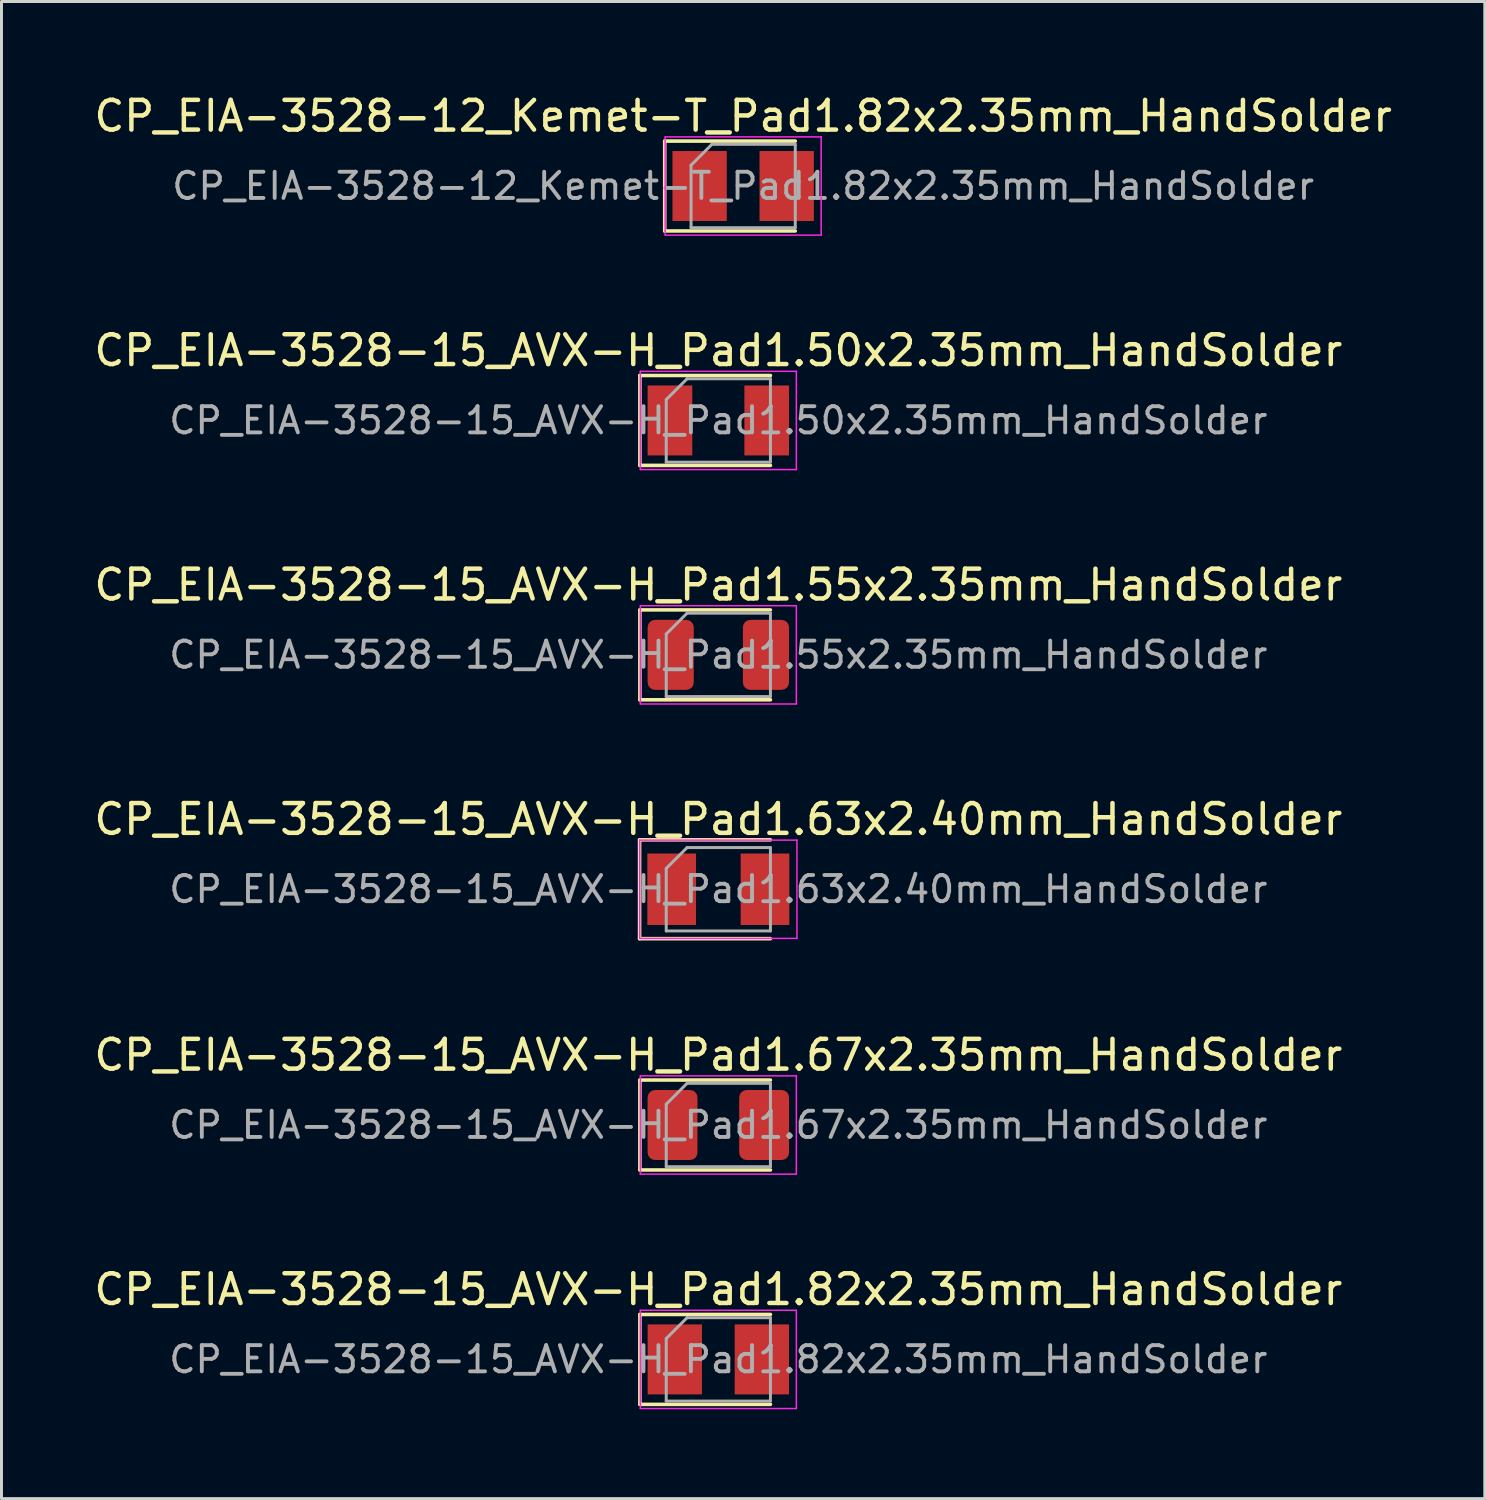
<source format=kicad_pcb>
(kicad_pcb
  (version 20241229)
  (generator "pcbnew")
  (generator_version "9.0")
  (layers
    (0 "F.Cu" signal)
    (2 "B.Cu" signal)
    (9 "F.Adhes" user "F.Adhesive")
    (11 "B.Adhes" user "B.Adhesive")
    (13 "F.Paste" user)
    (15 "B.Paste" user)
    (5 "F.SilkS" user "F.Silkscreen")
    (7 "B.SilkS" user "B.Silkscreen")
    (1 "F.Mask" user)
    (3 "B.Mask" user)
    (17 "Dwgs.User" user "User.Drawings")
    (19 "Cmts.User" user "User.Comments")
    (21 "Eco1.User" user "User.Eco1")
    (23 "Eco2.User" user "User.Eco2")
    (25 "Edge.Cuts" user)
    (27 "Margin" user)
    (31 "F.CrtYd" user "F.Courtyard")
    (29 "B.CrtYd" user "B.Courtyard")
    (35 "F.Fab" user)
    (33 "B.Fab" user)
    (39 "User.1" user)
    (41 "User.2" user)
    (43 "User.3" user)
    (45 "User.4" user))
  (footprint "CP_EIA-3528-15_AVX-H_Pad1.55x2.35mm_HandSolder"
    (layer "F.Cu")
    (at 21.077 18.945)
    (property "Reference" "CP_EIA-3528-15_AVX-H_Pad1.55x2.35mm_HandSolder" (at 0 -2.35 0) (layer "F.SilkS") (effects (font (size 1 1) (thickness 0.15))))
    (attr smd)
    (fp_line (start -2.635 -1.51) (end -2.635 1.51) (stroke (width 0.12) (type solid)) (layer "F.SilkS"))
    (fp_line (start -2.635 1.51) (end 1.75 1.51) (stroke (width 0.12) (type solid)) (layer "F.SilkS"))
    (fp_line (start 1.75 -1.51) (end -2.635 -1.51) (stroke (width 0.12) (type solid)) (layer "F.SilkS"))
    (fp_line (start -2.62 -1.65) (end 2.62 -1.65) (stroke (width 0.05) (type solid)) (layer "F.CrtYd"))
    (fp_line (start -2.62 1.65) (end -2.62 -1.65) (stroke (width 0.05) (type solid)) (layer "F.CrtYd"))
    (fp_line (start 2.62 -1.65) (end 2.62 1.65) (stroke (width 0.05) (type solid)) (layer "F.CrtYd"))
    (fp_line (start 2.62 1.65) (end -2.62 1.65) (stroke (width 0.05) (type solid)) (layer "F.CrtYd"))
    (fp_line (start -1.75 -0.7) (end -1.75 1.4) (stroke (width 0.1) (type solid)) (layer "F.Fab"))
    (fp_line (start -1.75 1.4) (end 1.75 1.4) (stroke (width 0.1) (type solid)) (layer "F.Fab"))
    (fp_line (start -1.05 -1.4) (end -1.75 -0.7) (stroke (width 0.1) (type solid)) (layer "F.Fab"))
    (fp_line (start 1.75 -1.4) (end -1.05 -1.4) (stroke (width 0.1) (type solid)) (layer "F.Fab"))
    (fp_line (start 1.75 1.4) (end 1.75 -1.4) (stroke (width 0.1) (type solid)) (layer "F.Fab"))
    (fp_text user "${REFERENCE}" (at 0 0 0) (layer "F.Fab") (effects (font (size 0.88 0.88) (thickness 0.13))))
    (pad "1" smd roundrect (at -1.6 0) (size 1.55 2.35) (layers "F.Cu" "F.Mask" "F.Paste") (roundrect_rratio 0.161))
    (pad "2" smd roundrect (at 1.6 0) (size 1.55 2.35) (layers "F.Cu" "F.Mask" "F.Paste") (roundrect_rratio 0.161)))
  (footprint "CP_EIA-3528-15_AVX-H_Pad1.82x2.35mm_HandSolder"
    (layer "F.Cu")
    (at 21.077 42.609)
    (property "Reference" "CP_EIA-3528-15_AVX-H_Pad1.82x2.35mm_HandSolder" (at 0 -2.35 0) (layer "F.SilkS") (effects (font (size 1 1) (thickness 0.15))))
    (attr smd)
    (fp_line (start -2.635 -1.51) (end -2.635 1.51) (stroke (width 0.12) (type solid)) (layer "F.SilkS"))
    (fp_line (start -2.635 1.51) (end 1.75 1.51) (stroke (width 0.12) (type solid)) (layer "F.SilkS"))
    (fp_line (start 1.75 -1.51) (end -2.635 -1.51) (stroke (width 0.12) (type solid)) (layer "F.SilkS"))
    (fp_line (start -2.62 -1.65) (end 2.62 -1.65) (stroke (width 0.05) (type solid)) (layer "F.CrtYd"))
    (fp_line (start -2.62 1.65) (end -2.62 -1.65) (stroke (width 0.05) (type solid)) (layer "F.CrtYd"))
    (fp_line (start 2.62 -1.65) (end 2.62 1.65) (stroke (width 0.05) (type solid)) (layer "F.CrtYd"))
    (fp_line (start 2.62 1.65) (end -2.62 1.65) (stroke (width 0.05) (type solid)) (layer "F.CrtYd"))
    (fp_line (start -1.75 -0.7) (end -1.75 1.4) (stroke (width 0.1) (type solid)) (layer "F.Fab"))
    (fp_line (start -1.75 1.4) (end 1.75 1.4) (stroke (width 0.1) (type solid)) (layer "F.Fab"))
    (fp_line (start -1.05 -1.4) (end -1.75 -0.7) (stroke (width 0.1) (type solid)) (layer "F.Fab"))
    (fp_line (start 1.75 -1.4) (end -1.05 -1.4) (stroke (width 0.1) (type solid)) (layer "F.Fab"))
    (fp_line (start 1.75 1.4) (end 1.75 -1.4) (stroke (width 0.1) (type solid)) (layer "F.Fab"))
    (fp_text user "${REFERENCE}" (at 0 0 0) (layer "F.Fab") (effects (font (size 0.88 0.88) (thickness 0.13))))
    (pad "1" smd rect (at -1.462 0) (size 1.825 2.35) (layers "F.Cu" "F.Mask" "F.Paste"))
    (pad "2" smd rect (at 1.462 0) (size 1.825 2.35) (layers "F.Cu" "F.Mask" "F.Paste")))
  (footprint "CP_EIA-3528-12_Kemet-T_Pad1.82x2.35mm_HandSolder"
    (layer "F.Cu")
    (at 21.911 3.198)
    (property "Reference" "CP_EIA-3528-12_Kemet-T_Pad1.82x2.35mm_HandSolder" (at 0 -2.35 0) (layer "F.SilkS") (effects (font (size 1 1) (thickness 0.15))))
    (attr smd)
    (fp_line (start -2.635 -1.51) (end -2.635 1.51) (stroke (width 0.12) (type solid)) (layer "F.SilkS"))
    (fp_line (start -2.635 1.51) (end 1.75 1.51) (stroke (width 0.12) (type solid)) (layer "F.SilkS"))
    (fp_line (start 1.75 -1.51) (end -2.635 -1.51) (stroke (width 0.12) (type solid)) (layer "F.SilkS"))
    (fp_line (start -2.62 -1.65) (end 2.62 -1.65) (stroke (width 0.05) (type solid)) (layer "F.CrtYd"))
    (fp_line (start -2.62 1.65) (end -2.62 -1.65) (stroke (width 0.05) (type solid)) (layer "F.CrtYd"))
    (fp_line (start 2.62 -1.65) (end 2.62 1.65) (stroke (width 0.05) (type solid)) (layer "F.CrtYd"))
    (fp_line (start 2.62 1.65) (end -2.62 1.65) (stroke (width 0.05) (type solid)) (layer "F.CrtYd"))
    (fp_line (start -1.75 -0.7) (end -1.75 1.4) (stroke (width 0.1) (type solid)) (layer "F.Fab"))
    (fp_line (start -1.75 1.4) (end 1.75 1.4) (stroke (width 0.1) (type solid)) (layer "F.Fab"))
    (fp_line (start -1.05 -1.4) (end -1.75 -0.7) (stroke (width 0.1) (type solid)) (layer "F.Fab"))
    (fp_line (start 1.75 -1.4) (end -1.05 -1.4) (stroke (width 0.1) (type solid)) (layer "F.Fab"))
    (fp_line (start 1.75 1.4) (end 1.75 -1.4) (stroke (width 0.1) (type solid)) (layer "F.Fab"))
    (fp_text user "${REFERENCE}" (at 0 0 0) (layer "F.Fab") (effects (font (size 0.88 0.88) (thickness 0.13))))
    (pad "1" smd rect (at -1.462 0) (size 1.825 2.35) (layers "F.Cu" "F.Mask" "F.Paste"))
    (pad "2" smd rect (at 1.462 0) (size 1.825 2.35) (layers "F.Cu" "F.Mask" "F.Paste")))
  (footprint "CP_EIA-3528-15_AVX-H_Pad1.63x2.40mm_HandSolder"
    (layer "F.Cu")
    (at 21.077 26.818)
    (property "Reference" "CP_EIA-3528-15_AVX-H_Pad1.63x2.40mm_HandSolder" (at 0 -2.35 0) (layer "F.SilkS") (effects (font (size 1 1) (thickness 0.15))))
    (attr smd)
    (fp_line (start -2.645 -1.66) (end -2.645 1.66) (stroke (width 0.12) (type solid)) (layer "F.SilkS"))
    (fp_line (start -2.645 1.66) (end 1.75 1.66) (stroke (width 0.12) (type solid)) (layer "F.SilkS"))
    (fp_line (start 1.75 -1.66) (end -2.645 -1.66) (stroke (width 0.12) (type solid)) (layer "F.SilkS"))
    (fp_line (start -2.64 -1.65) (end 2.64 -1.65) (stroke (width 0.05) (type solid)) (layer "F.CrtYd"))
    (fp_line (start -2.64 1.65) (end -2.64 -1.65) (stroke (width 0.05) (type solid)) (layer "F.CrtYd"))
    (fp_line (start 2.64 -1.65) (end 2.64 1.65) (stroke (width 0.05) (type solid)) (layer "F.CrtYd"))
    (fp_line (start 2.64 1.65) (end -2.64 1.65) (stroke (width 0.05) (type solid)) (layer "F.CrtYd"))
    (fp_line (start -1.75 -0.7) (end -1.75 1.4) (stroke (width 0.1) (type solid)) (layer "F.Fab"))
    (fp_line (start -1.75 1.4) (end 1.75 1.4) (stroke (width 0.1) (type solid)) (layer "F.Fab"))
    (fp_line (start -1.05 -1.4) (end -1.75 -0.7) (stroke (width 0.1) (type solid)) (layer "F.Fab"))
    (fp_line (start 1.75 -1.4) (end -1.05 -1.4) (stroke (width 0.1) (type solid)) (layer "F.Fab"))
    (fp_line (start 1.75 1.4) (end 1.75 -1.4) (stroke (width 0.1) (type solid)) (layer "F.Fab"))
    (fp_text user "${REFERENCE}" (at 0 0 0) (layer "F.Fab") (effects (font (size 0.88 0.88) (thickness 0.13))))
    (pad "1" smd rect (at -1.567 0) (size 1.635 2.4) (layers "F.Cu" "F.Mask" "F.Paste"))
    (pad "2" smd rect (at 1.567 0) (size 1.635 2.4) (layers "F.Cu" "F.Mask" "F.Paste")))
  (footprint "CP_EIA-3528-15_AVX-H_Pad1.67x2.35mm_HandSolder"
    (layer "F.Cu")
    (at 21.077 34.736)
    (property "Reference" "CP_EIA-3528-15_AVX-H_Pad1.67x2.35mm_HandSolder" (at 0 -2.35 0) (layer "F.SilkS") (effects (font (size 1 1) (thickness 0.15))))
    (attr smd)
    (fp_line (start -2.635 -1.51) (end -2.635 1.51) (stroke (width 0.12) (type solid)) (layer "F.SilkS"))
    (fp_line (start -2.635 1.51) (end 1.75 1.51) (stroke (width 0.12) (type solid)) (layer "F.SilkS"))
    (fp_line (start 1.75 -1.51) (end -2.635 -1.51) (stroke (width 0.12) (type solid)) (layer "F.SilkS"))
    (fp_line (start -2.62 -1.65) (end 2.62 -1.65) (stroke (width 0.05) (type solid)) (layer "F.CrtYd"))
    (fp_line (start -2.62 1.65) (end -2.62 -1.65) (stroke (width 0.05) (type solid)) (layer "F.CrtYd"))
    (fp_line (start 2.62 -1.65) (end 2.62 1.65) (stroke (width 0.05) (type solid)) (layer "F.CrtYd"))
    (fp_line (start 2.62 1.65) (end -2.62 1.65) (stroke (width 0.05) (type solid)) (layer "F.CrtYd"))
    (fp_line (start -1.75 -0.7) (end -1.75 1.4) (stroke (width 0.1) (type solid)) (layer "F.Fab"))
    (fp_line (start -1.75 1.4) (end 1.75 1.4) (stroke (width 0.1) (type solid)) (layer "F.Fab"))
    (fp_line (start -1.05 -1.4) (end -1.75 -0.7) (stroke (width 0.1) (type solid)) (layer "F.Fab"))
    (fp_line (start 1.75 -1.4) (end -1.05 -1.4) (stroke (width 0.1) (type solid)) (layer "F.Fab"))
    (fp_line (start 1.75 1.4) (end 1.75 -1.4) (stroke (width 0.1) (type solid)) (layer "F.Fab"))
    (fp_text user "${REFERENCE}" (at 0 0 0) (layer "F.Fab") (effects (font (size 0.88 0.88) (thickness 0.13))))
    (pad "1" smd roundrect (at -1.538 0) (size 1.675 2.35) (layers "F.Cu" "F.Mask" "F.Paste") (roundrect_rratio 0.149))
    (pad "2" smd roundrect (at 1.538 0) (size 1.675 2.35) (layers "F.Cu" "F.Mask" "F.Paste") (roundrect_rratio 0.149)))
  (footprint "CP_EIA-3528-15_AVX-H_Pad1.50x2.35mm_HandSolder"
    (layer "F.Cu")
    (at 21.077 11.072)
    (property "Reference" "CP_EIA-3528-15_AVX-H_Pad1.50x2.35mm_HandSolder" (at 0 -2.35 0) (layer "F.SilkS") (effects (font (size 1 1) (thickness 0.15))))
    (attr smd)
    (fp_line (start -2.635 -1.51) (end -2.635 1.51) (stroke (width 0.12) (type solid)) (layer "F.SilkS"))
    (fp_line (start -2.635 1.51) (end 1.75 1.51) (stroke (width 0.12) (type solid)) (layer "F.SilkS"))
    (fp_line (start 1.75 -1.51) (end -2.635 -1.51) (stroke (width 0.12) (type solid)) (layer "F.SilkS"))
    (fp_line (start -2.62 -1.65) (end 2.62 -1.65) (stroke (width 0.05) (type solid)) (layer "F.CrtYd"))
    (fp_line (start -2.62 1.65) (end -2.62 -1.65) (stroke (width 0.05) (type solid)) (layer "F.CrtYd"))
    (fp_line (start 2.62 -1.65) (end 2.62 1.65) (stroke (width 0.05) (type solid)) (layer "F.CrtYd"))
    (fp_line (start 2.62 1.65) (end -2.62 1.65) (stroke (width 0.05) (type solid)) (layer "F.CrtYd"))
    (fp_line (start -1.75 -0.7) (end -1.75 1.4) (stroke (width 0.1) (type solid)) (layer "F.Fab"))
    (fp_line (start -1.75 1.4) (end 1.75 1.4) (stroke (width 0.1) (type solid)) (layer "F.Fab"))
    (fp_line (start -1.05 -1.4) (end -1.75 -0.7) (stroke (width 0.1) (type solid)) (layer "F.Fab"))
    (fp_line (start 1.75 -1.4) (end -1.05 -1.4) (stroke (width 0.1) (type solid)) (layer "F.Fab"))
    (fp_line (start 1.75 1.4) (end 1.75 -1.4) (stroke (width 0.1) (type solid)) (layer "F.Fab"))
    (fp_text user "${REFERENCE}" (at 0 0 0) (layer "F.Fab") (effects (font (size 0.88 0.88) (thickness 0.13))))
    (pad "1" smd rect (at -1.625 0) (size 1.5 2.35) (layers "F.Cu" "F.Mask" "F.Paste"))
    (pad "2" smd rect (at 1.625 0) (size 1.5 2.35) (layers "F.Cu" "F.Mask" "F.Paste")))
  (gr_rect
    (start -3 -3)
    (end 46.821 47.285)
    (stroke (width 0.1) (type default))
    (fill no)
    (layer "Edge.Cuts")))
</source>
